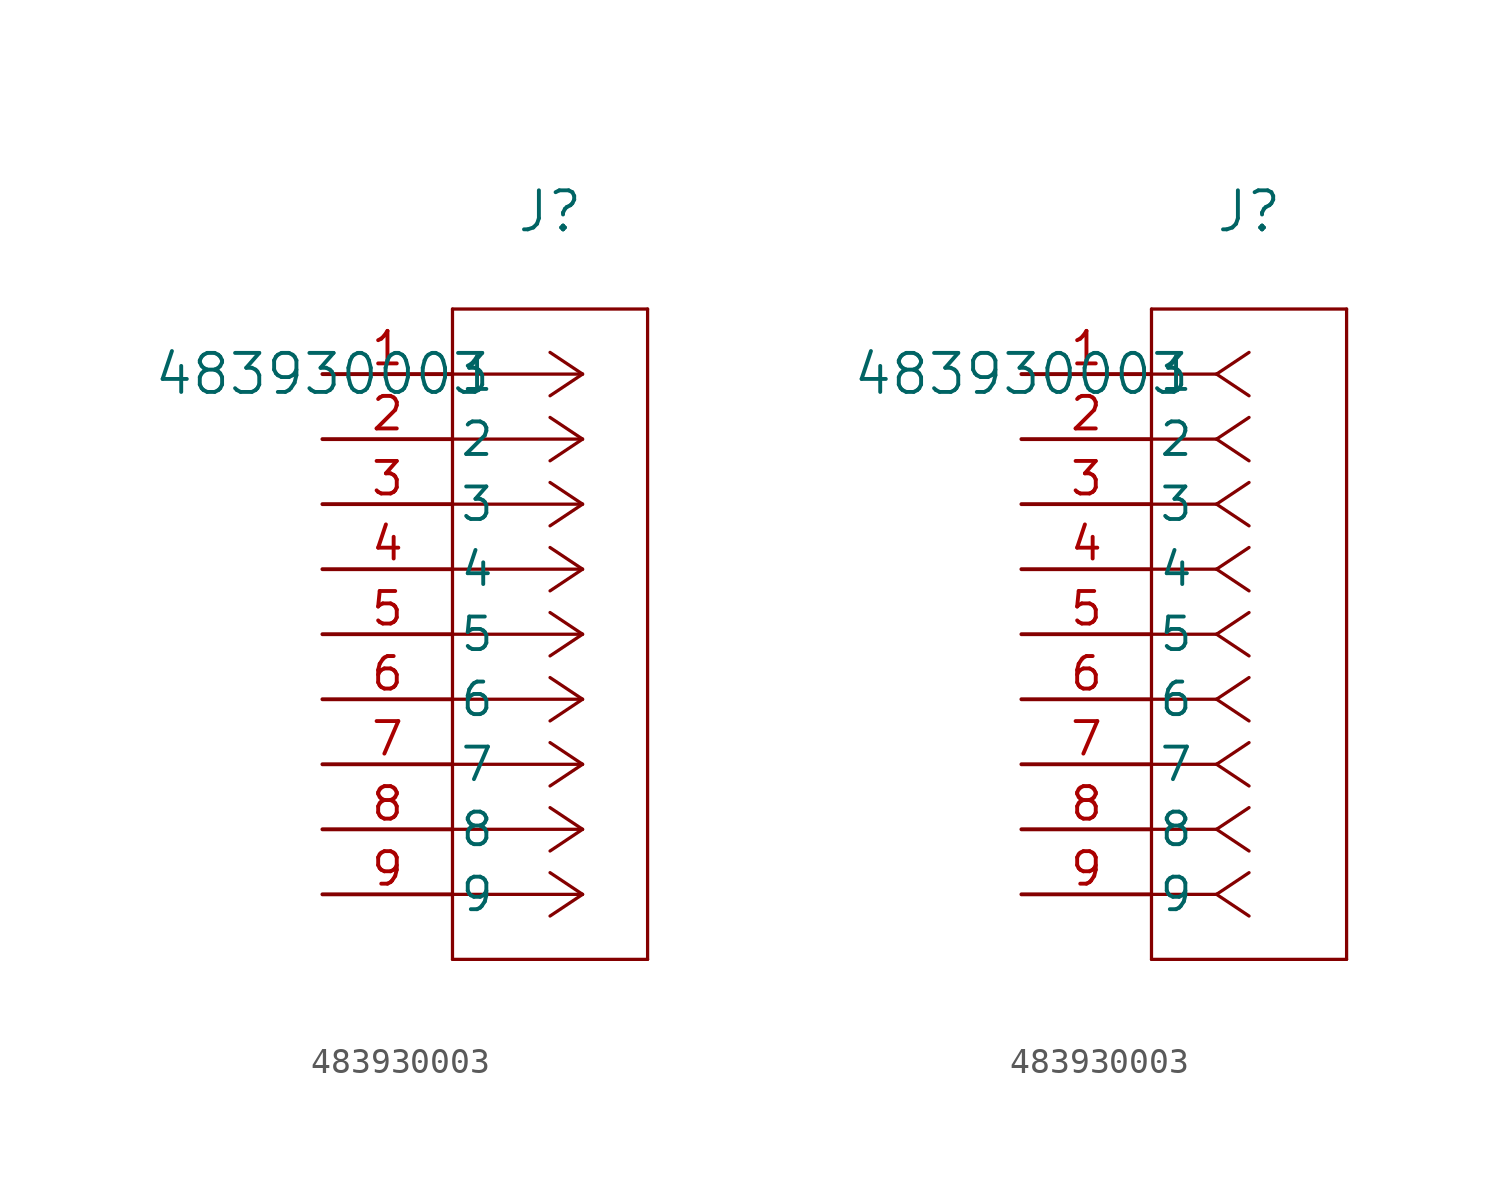
<source format=kicad_sym>
(kicad_symbol_lib
  (version 20211014)
  (generator kicad_symbol_editor)
  (symbol "483930003"
    (pin_names
      (offset 0.254))
    (property "Reference" "J"
      (at 8.89 6.35 0)
      (effects (font (size 1.524 1.524))))
    (property "Value" "483930003"
      (at 0 0 0)
      (effects (font (size 1.524 1.524))))
    (symbol "483930003_1_1"
      (polyline (pts (xy 10.16 0) (xy 5.08 0)) (stroke (width 0.127) (type default) (color 0 0 0 0)) (fill (type none)))
      (polyline (pts (xy 10.16 -2.54) (xy 5.08 -2.54)) (stroke (width 0.127) (type default) (color 0 0 0 0)) (fill (type none)))
      (polyline (pts (xy 10.16 -5.08) (xy 5.08 -5.08)) (stroke (width 0.127) (type default) (color 0 0 0 0)) (fill (type none)))
      (polyline (pts (xy 10.16 -7.62) (xy 5.08 -7.62)) (stroke (width 0.127) (type default) (color 0 0 0 0)) (fill (type none)))
      (polyline (pts (xy 10.16 -10.16) (xy 5.08 -10.16)) (stroke (width 0.127) (type default) (color 0 0 0 0)) (fill (type none)))
      (polyline (pts (xy 10.16 -12.7) (xy 5.08 -12.7)) (stroke (width 0.127) (type default) (color 0 0 0 0)) (fill (type none)))
      (polyline (pts (xy 10.16 -15.24) (xy 5.08 -15.24)) (stroke (width 0.127) (type default) (color 0 0 0 0)) (fill (type none)))
      (polyline (pts (xy 10.16 -17.78) (xy 5.08 -17.78)) (stroke (width 0.127) (type default) (color 0 0 0 0)) (fill (type none)))
      (polyline (pts (xy 10.16 -20.32) (xy 5.08 -20.32)) (stroke (width 0.127) (type default) (color 0 0 0 0)) (fill (type none)))
      (polyline (pts (xy 10.16 0) (xy 8.89 0.847)) (stroke (width 0.127) (type default) (color 0 0 0 0)) (fill (type none)))
      (polyline (pts (xy 10.16 -2.54) (xy 8.89 -1.693)) (stroke (width 0.127) (type default) (color 0 0 0 0)) (fill (type none)))
      (polyline (pts (xy 10.16 -5.08) (xy 8.89 -4.233)) (stroke (width 0.127) (type default) (color 0 0 0 0)) (fill (type none)))
      (polyline (pts (xy 10.16 -7.62) (xy 8.89 -6.773)) (stroke (width 0.127) (type default) (color 0 0 0 0)) (fill (type none)))
      (polyline (pts (xy 10.16 -10.16) (xy 8.89 -9.313)) (stroke (width 0.127) (type default) (color 0 0 0 0)) (fill (type none)))
      (polyline (pts (xy 10.16 -12.7) (xy 8.89 -11.853)) (stroke (width 0.127) (type default) (color 0 0 0 0)) (fill (type none)))
      (polyline (pts (xy 10.16 -15.24) (xy 8.89 -14.393)) (stroke (width 0.127) (type default) (color 0 0 0 0)) (fill (type none)))
      (polyline (pts (xy 10.16 -17.78) (xy 8.89 -16.933)) (stroke (width 0.127) (type default) (color 0 0 0 0)) (fill (type none)))
      (polyline (pts (xy 10.16 -20.32) (xy 8.89 -19.473)) (stroke (width 0.127) (type default) (color 0 0 0 0)) (fill (type none)))
      (polyline (pts (xy 10.16 0) (xy 8.89 -0.847)) (stroke (width 0.127) (type default) (color 0 0 0 0)) (fill (type none)))
      (polyline (pts (xy 10.16 -2.54) (xy 8.89 -3.387)) (stroke (width 0.127) (type default) (color 0 0 0 0)) (fill (type none)))
      (polyline (pts (xy 10.16 -5.08) (xy 8.89 -5.927)) (stroke (width 0.127) (type default) (color 0 0 0 0)) (fill (type none)))
      (polyline (pts (xy 10.16 -7.62) (xy 8.89 -8.467)) (stroke (width 0.127) (type default) (color 0 0 0 0)) (fill (type none)))
      (polyline (pts (xy 10.16 -10.16) (xy 8.89 -11.007)) (stroke (width 0.127) (type default) (color 0 0 0 0)) (fill (type none)))
      (polyline (pts (xy 10.16 -12.7) (xy 8.89 -13.547)) (stroke (width 0.127) (type default) (color 0 0 0 0)) (fill (type none)))
      (polyline (pts (xy 10.16 -15.24) (xy 8.89 -16.087)) (stroke (width 0.127) (type default) (color 0 0 0 0)) (fill (type none)))
      (polyline (pts (xy 10.16 -17.78) (xy 8.89 -18.627)) (stroke (width 0.127) (type default) (color 0 0 0 0)) (fill (type none)))
      (polyline (pts (xy 10.16 -20.32) (xy 8.89 -21.167)) (stroke (width 0.127) (type default) (color 0 0 0 0)) (fill (type none)))
      (polyline (pts (xy 5.08 2.54) (xy 5.08 -22.86)) (stroke (width 0.127) (type default) (color 0 0 0 0)) (fill (type none)))
      (polyline (pts (xy 5.08 -22.86) (xy 12.7 -22.86)) (stroke (width 0.127) (type default) (color 0 0 0 0)) (fill (type none)))
      (polyline (pts (xy 12.7 -22.86) (xy 12.7 2.54)) (stroke (width 0.127) (type default) (color 0 0 0 0)) (fill (type none)))
      (polyline (pts (xy 12.7 2.54) (xy 5.08 2.54)) (stroke (width 0.127) (type default) (color 0 0 0 0)) (fill (type none)))
      (pin unspecified line (at 0 0 0) (length 5.08) (name "1" (effects (font (size 1.27 1.27)))) (number "1" (effects (font (size 1.27 1.27)))))
      (pin unspecified line (at 0 -2.54 0) (length 5.08) (name "2" (effects (font (size 1.27 1.27)))) (number "2" (effects (font (size 1.27 1.27)))))
      (pin unspecified line (at 0 -5.08 0) (length 5.08) (name "3" (effects (font (size 1.27 1.27)))) (number "3" (effects (font (size 1.27 1.27)))))
      (pin unspecified line (at 0 -7.62 0) (length 5.08) (name "4" (effects (font (size 1.27 1.27)))) (number "4" (effects (font (size 1.27 1.27)))))
      (pin unspecified line (at 0 -10.16 0) (length 5.08) (name "5" (effects (font (size 1.27 1.27)))) (number "5" (effects (font (size 1.27 1.27)))))
      (pin unspecified line (at 0 -12.7 0) (length 5.08) (name "6" (effects (font (size 1.27 1.27)))) (number "6" (effects (font (size 1.27 1.27)))))
      (pin unspecified line (at 0 -15.24 0) (length 5.08) (name "7" (effects (font (size 1.27 1.27)))) (number "7" (effects (font (size 1.27 1.27)))))
      (pin unspecified line (at 0 -17.78 0) (length 5.08) (name "8" (effects (font (size 1.27 1.27)))) (number "8" (effects (font (size 1.27 1.27)))))
      (pin unspecified line (at 0 -20.32 0) (length 5.08) (name "9" (effects (font (size 1.27 1.27)))) (number "9" (effects (font (size 1.27 1.27))))))
    (symbol "483930003_1_2"
      (polyline (pts (xy 7.62 0) (xy 5.08 0)) (stroke (width 0.127) (type default) (color 0 0 0 0)) (fill (type none)))
      (polyline (pts (xy 7.62 -2.54) (xy 5.08 -2.54)) (stroke (width 0.127) (type default) (color 0 0 0 0)) (fill (type none)))
      (polyline (pts (xy 7.62 -5.08) (xy 5.08 -5.08)) (stroke (width 0.127) (type default) (color 0 0 0 0)) (fill (type none)))
      (polyline (pts (xy 7.62 -7.62) (xy 5.08 -7.62)) (stroke (width 0.127) (type default) (color 0 0 0 0)) (fill (type none)))
      (polyline (pts (xy 7.62 -10.16) (xy 5.08 -10.16)) (stroke (width 0.127) (type default) (color 0 0 0 0)) (fill (type none)))
      (polyline (pts (xy 7.62 -12.7) (xy 5.08 -12.7)) (stroke (width 0.127) (type default) (color 0 0 0 0)) (fill (type none)))
      (polyline (pts (xy 7.62 -15.24) (xy 5.08 -15.24)) (stroke (width 0.127) (type default) (color 0 0 0 0)) (fill (type none)))
      (polyline (pts (xy 7.62 -17.78) (xy 5.08 -17.78)) (stroke (width 0.127) (type default) (color 0 0 0 0)) (fill (type none)))
      (polyline (pts (xy 7.62 -20.32) (xy 5.08 -20.32)) (stroke (width 0.127) (type default) (color 0 0 0 0)) (fill (type none)))
      (polyline (pts (xy 7.62 0) (xy 8.89 0.847)) (stroke (width 0.127) (type default) (color 0 0 0 0)) (fill (type none)))
      (polyline (pts (xy 7.62 -2.54) (xy 8.89 -1.693)) (stroke (width 0.127) (type default) (color 0 0 0 0)) (fill (type none)))
      (polyline (pts (xy 7.62 -5.08) (xy 8.89 -4.233)) (stroke (width 0.127) (type default) (color 0 0 0 0)) (fill (type none)))
      (polyline (pts (xy 7.62 -7.62) (xy 8.89 -6.773)) (stroke (width 0.127) (type default) (color 0 0 0 0)) (fill (type none)))
      (polyline (pts (xy 7.62 -10.16) (xy 8.89 -9.313)) (stroke (width 0.127) (type default) (color 0 0 0 0)) (fill (type none)))
      (polyline (pts (xy 7.62 -12.7) (xy 8.89 -11.853)) (stroke (width 0.127) (type default) (color 0 0 0 0)) (fill (type none)))
      (polyline (pts (xy 7.62 -15.24) (xy 8.89 -14.393)) (stroke (width 0.127) (type default) (color 0 0 0 0)) (fill (type none)))
      (polyline (pts (xy 7.62 -17.78) (xy 8.89 -16.933)) (stroke (width 0.127) (type default) (color 0 0 0 0)) (fill (type none)))
      (polyline (pts (xy 7.62 -20.32) (xy 8.89 -19.473)) (stroke (width 0.127) (type default) (color 0 0 0 0)) (fill (type none)))
      (polyline (pts (xy 7.62 0) (xy 8.89 -0.847)) (stroke (width 0.127) (type default) (color 0 0 0 0)) (fill (type none)))
      (polyline (pts (xy 7.62 -2.54) (xy 8.89 -3.387)) (stroke (width 0.127) (type default) (color 0 0 0 0)) (fill (type none)))
      (polyline (pts (xy 7.62 -5.08) (xy 8.89 -5.927)) (stroke (width 0.127) (type default) (color 0 0 0 0)) (fill (type none)))
      (polyline (pts (xy 7.62 -7.62) (xy 8.89 -8.467)) (stroke (width 0.127) (type default) (color 0 0 0 0)) (fill (type none)))
      (polyline (pts (xy 7.62 -10.16) (xy 8.89 -11.007)) (stroke (width 0.127) (type default) (color 0 0 0 0)) (fill (type none)))
      (polyline (pts (xy 7.62 -12.7) (xy 8.89 -13.547)) (stroke (width 0.127) (type default) (color 0 0 0 0)) (fill (type none)))
      (polyline (pts (xy 7.62 -15.24) (xy 8.89 -16.087)) (stroke (width 0.127) (type default) (color 0 0 0 0)) (fill (type none)))
      (polyline (pts (xy 7.62 -17.78) (xy 8.89 -18.627)) (stroke (width 0.127) (type default) (color 0 0 0 0)) (fill (type none)))
      (polyline (pts (xy 7.62 -20.32) (xy 8.89 -21.167)) (stroke (width 0.127) (type default) (color 0 0 0 0)) (fill (type none)))
      (polyline (pts (xy 5.08 2.54) (xy 5.08 -22.86)) (stroke (width 0.127) (type default) (color 0 0 0 0)) (fill (type none)))
      (polyline (pts (xy 5.08 -22.86) (xy 12.7 -22.86)) (stroke (width 0.127) (type default) (color 0 0 0 0)) (fill (type none)))
      (polyline (pts (xy 12.7 -22.86) (xy 12.7 2.54)) (stroke (width 0.127) (type default) (color 0 0 0 0)) (fill (type none)))
      (polyline (pts (xy 12.7 2.54) (xy 5.08 2.54)) (stroke (width 0.127) (type default) (color 0 0 0 0)) (fill (type none)))
      (pin unspecified line (at 0 0 0) (length 5.08) (name "1" (effects (font (size 1.27 1.27)))) (number "1" (effects (font (size 1.27 1.27)))))
      (pin unspecified line (at 0 -2.54 0) (length 5.08) (name "2" (effects (font (size 1.27 1.27)))) (number "2" (effects (font (size 1.27 1.27)))))
      (pin unspecified line (at 0 -5.08 0) (length 5.08) (name "3" (effects (font (size 1.27 1.27)))) (number "3" (effects (font (size 1.27 1.27)))))
      (pin unspecified line (at 0 -7.62 0) (length 5.08) (name "4" (effects (font (size 1.27 1.27)))) (number "4" (effects (font (size 1.27 1.27)))))
      (pin unspecified line (at 0 -10.16 0) (length 5.08) (name "5" (effects (font (size 1.27 1.27)))) (number "5" (effects (font (size 1.27 1.27)))))
      (pin unspecified line (at 0 -12.7 0) (length 5.08) (name "6" (effects (font (size 1.27 1.27)))) (number "6" (effects (font (size 1.27 1.27)))))
      (pin unspecified line (at 0 -15.24 0) (length 5.08) (name "7" (effects (font (size 1.27 1.27)))) (number "7" (effects (font (size 1.27 1.27)))))
      (pin unspecified line (at 0 -17.78 0) (length 5.08) (name "8" (effects (font (size 1.27 1.27)))) (number "8" (effects (font (size 1.27 1.27)))))
      (pin unspecified line (at 0 -20.32 0) (length 5.08) (name "9" (effects (font (size 1.27 1.27)))) (number "9" (effects (font (size 1.27 1.27))))))))
</source>
